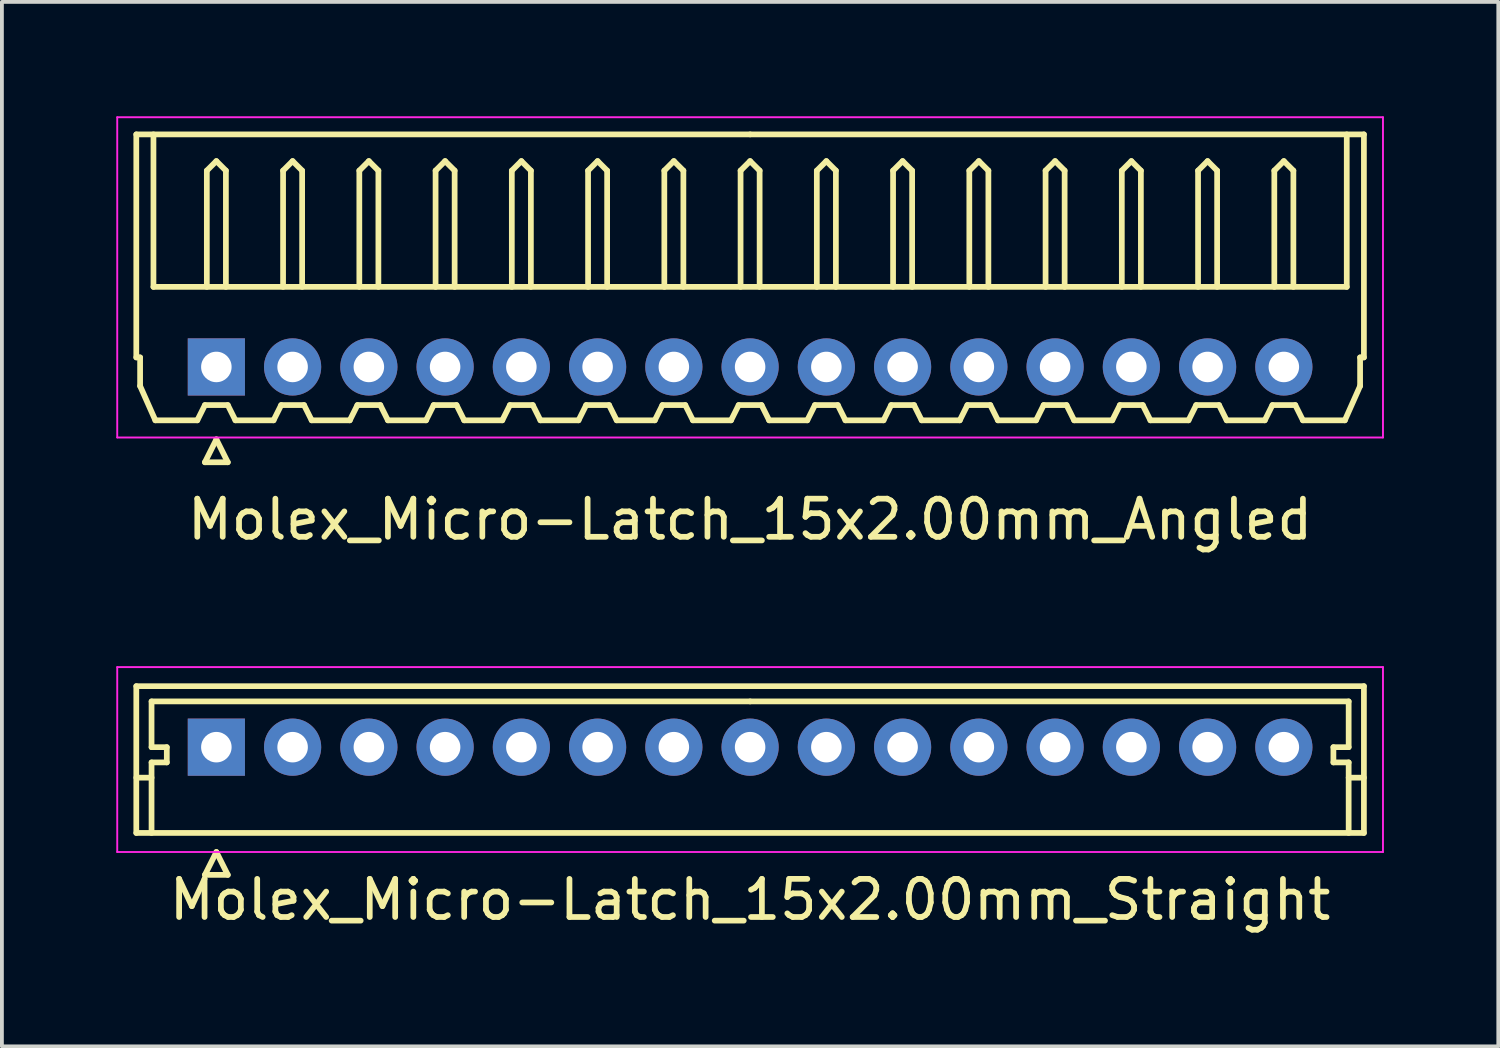
<source format=kicad_pcb>
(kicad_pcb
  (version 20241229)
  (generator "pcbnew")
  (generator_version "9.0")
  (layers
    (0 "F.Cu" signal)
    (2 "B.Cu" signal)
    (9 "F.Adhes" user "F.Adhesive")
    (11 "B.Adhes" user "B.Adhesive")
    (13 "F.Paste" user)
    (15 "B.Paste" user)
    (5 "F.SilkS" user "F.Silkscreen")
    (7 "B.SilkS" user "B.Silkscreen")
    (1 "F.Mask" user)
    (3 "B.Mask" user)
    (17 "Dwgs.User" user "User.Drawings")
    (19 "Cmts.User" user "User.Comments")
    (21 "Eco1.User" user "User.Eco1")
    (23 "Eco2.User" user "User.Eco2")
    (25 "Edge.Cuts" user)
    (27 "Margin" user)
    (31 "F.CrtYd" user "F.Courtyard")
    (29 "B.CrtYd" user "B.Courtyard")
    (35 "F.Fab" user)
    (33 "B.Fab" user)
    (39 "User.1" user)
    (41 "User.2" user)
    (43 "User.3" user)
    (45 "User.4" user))
  (footprint "Molex_Micro-Latch_15x2.00mm_Angled"
    (layer "F.Cu")
    (at 2.625 6.575)
    (property "Reference" "Molex_Micro-Latch_15x2.00mm_Angled" (at 14 4 0) (layer "F.SilkS") (effects (font (size 1 1) (thickness 0.15))))
    (attr through_hole)
    (fp_line (start -2.1 -6.1) (end 14 -6.1) (stroke (width 0.15) (type solid)) (layer "F.SilkS"))
    (fp_line (start -2.1 -0.25) (end -2.1 -6.1) (stroke (width 0.15) (type solid)) (layer "F.SilkS"))
    (fp_line (start -2 -0.25) (end -2.1 -0.25) (stroke (width 0.15) (type solid)) (layer "F.SilkS"))
    (fp_line (start -2 0.5) (end -2 -0.25) (stroke (width 0.15) (type solid)) (layer "F.SilkS"))
    (fp_line (start -1.65 -6.1) (end -1.65 -2.1) (stroke (width 0.15) (type solid)) (layer "F.SilkS"))
    (fp_line (start -1.65 -2.1) (end 29.65 -2.1) (stroke (width 0.15) (type solid)) (layer "F.SilkS"))
    (fp_line (start -1.6 1.4) (end -2 0.5) (stroke (width 0.15) (type solid)) (layer "F.SilkS"))
    (fp_line (start -0.5 1.4) (end -1.6 1.4) (stroke (width 0.15) (type solid)) (layer "F.SilkS"))
    (fp_line (start -0.3 1) (end -0.5 1.4) (stroke (width 0.15) (type solid)) (layer "F.SilkS"))
    (fp_line (start -0.3 1) (end 0.3 1) (stroke (width 0.15) (type solid)) (layer "F.SilkS"))
    (fp_line (start -0.3 2.5) (end 0.3 2.5) (stroke (width 0.15) (type solid)) (layer "F.SilkS"))
    (fp_line (start -0.25 -5.15) (end 0 -5.4) (stroke (width 0.15) (type solid)) (layer "F.SilkS"))
    (fp_line (start -0.25 -2.1) (end -0.25 -5.15) (stroke (width 0.15) (type solid)) (layer "F.SilkS"))
    (fp_line (start 0 -5.4) (end 0.25 -5.15) (stroke (width 0.15) (type solid)) (layer "F.SilkS"))
    (fp_line (start 0 1.9) (end -0.3 2.5) (stroke (width 0.15) (type solid)) (layer "F.SilkS"))
    (fp_line (start 0.25 -5.15) (end 0.25 -2.1) (stroke (width 0.15) (type solid)) (layer "F.SilkS"))
    (fp_line (start 0.3 1) (end 0.5 1.4) (stroke (width 0.15) (type solid)) (layer "F.SilkS"))
    (fp_line (start 0.3 2.5) (end 0 1.9) (stroke (width 0.15) (type solid)) (layer "F.SilkS"))
    (fp_line (start 0.5 1.4) (end 1.5 1.4) (stroke (width 0.15) (type solid)) (layer "F.SilkS"))
    (fp_line (start 1.5 1.4) (end 1.7 1) (stroke (width 0.15) (type solid)) (layer "F.SilkS"))
    (fp_line (start 1.7 1) (end 2.3 1) (stroke (width 0.15) (type solid)) (layer "F.SilkS"))
    (fp_line (start 1.75 -5.15) (end 2 -5.4) (stroke (width 0.15) (type solid)) (layer "F.SilkS"))
    (fp_line (start 1.75 -2.1) (end 1.75 -5.15) (stroke (width 0.15) (type solid)) (layer "F.SilkS"))
    (fp_line (start 2 -5.4) (end 2.25 -5.15) (stroke (width 0.15) (type solid)) (layer "F.SilkS"))
    (fp_line (start 2.25 -5.15) (end 2.25 -2.1) (stroke (width 0.15) (type solid)) (layer "F.SilkS"))
    (fp_line (start 2.3 1) (end 2.5 1.4) (stroke (width 0.15) (type solid)) (layer "F.SilkS"))
    (fp_line (start 2.5 1.4) (end 3.5 1.4) (stroke (width 0.15) (type solid)) (layer "F.SilkS"))
    (fp_line (start 3.5 1.4) (end 3.7 1) (stroke (width 0.15) (type solid)) (layer "F.SilkS"))
    (fp_line (start 3.7 1) (end 4.3 1) (stroke (width 0.15) (type solid)) (layer "F.SilkS"))
    (fp_line (start 3.75 -5.15) (end 4 -5.4) (stroke (width 0.15) (type solid)) (layer "F.SilkS"))
    (fp_line (start 3.75 -2.1) (end 3.75 -5.15) (stroke (width 0.15) (type solid)) (layer "F.SilkS"))
    (fp_line (start 4 -5.4) (end 4.25 -5.15) (stroke (width 0.15) (type solid)) (layer "F.SilkS"))
    (fp_line (start 4.25 -5.15) (end 4.25 -2.1) (stroke (width 0.15) (type solid)) (layer "F.SilkS"))
    (fp_line (start 4.3 1) (end 4.5 1.4) (stroke (width 0.15) (type solid)) (layer "F.SilkS"))
    (fp_line (start 4.5 1.4) (end 5.5 1.4) (stroke (width 0.15) (type solid)) (layer "F.SilkS"))
    (fp_line (start 5.5 1.4) (end 5.7 1) (stroke (width 0.15) (type solid)) (layer "F.SilkS"))
    (fp_line (start 5.7 1) (end 6.3 1) (stroke (width 0.15) (type solid)) (layer "F.SilkS"))
    (fp_line (start 5.75 -5.15) (end 6 -5.4) (stroke (width 0.15) (type solid)) (layer "F.SilkS"))
    (fp_line (start 5.75 -2.1) (end 5.75 -5.15) (stroke (width 0.15) (type solid)) (layer "F.SilkS"))
    (fp_line (start 6 -5.4) (end 6.25 -5.15) (stroke (width 0.15) (type solid)) (layer "F.SilkS"))
    (fp_line (start 6.25 -5.15) (end 6.25 -2.1) (stroke (width 0.15) (type solid)) (layer "F.SilkS"))
    (fp_line (start 6.3 1) (end 6.5 1.4) (stroke (width 0.15) (type solid)) (layer "F.SilkS"))
    (fp_line (start 6.5 1.4) (end 7.5 1.4) (stroke (width 0.15) (type solid)) (layer "F.SilkS"))
    (fp_line (start 7.5 1.4) (end 7.7 1) (stroke (width 0.15) (type solid)) (layer "F.SilkS"))
    (fp_line (start 7.7 1) (end 8.3 1) (stroke (width 0.15) (type solid)) (layer "F.SilkS"))
    (fp_line (start 7.75 -5.15) (end 8 -5.4) (stroke (width 0.15) (type solid)) (layer "F.SilkS"))
    (fp_line (start 7.75 -2.1) (end 7.75 -5.15) (stroke (width 0.15) (type solid)) (layer "F.SilkS"))
    (fp_line (start 8 -5.4) (end 8.25 -5.15) (stroke (width 0.15) (type solid)) (layer "F.SilkS"))
    (fp_line (start 8.25 -5.15) (end 8.25 -2.1) (stroke (width 0.15) (type solid)) (layer "F.SilkS"))
    (fp_line (start 8.3 1) (end 8.5 1.4) (stroke (width 0.15) (type solid)) (layer "F.SilkS"))
    (fp_line (start 8.5 1.4) (end 9.5 1.4) (stroke (width 0.15) (type solid)) (layer "F.SilkS"))
    (fp_line (start 9.5 1.4) (end 9.7 1) (stroke (width 0.15) (type solid)) (layer "F.SilkS"))
    (fp_line (start 9.7 1) (end 10.3 1) (stroke (width 0.15) (type solid)) (layer "F.SilkS"))
    (fp_line (start 9.75 -5.15) (end 10 -5.4) (stroke (width 0.15) (type solid)) (layer "F.SilkS"))
    (fp_line (start 9.75 -2.1) (end 9.75 -5.15) (stroke (width 0.15) (type solid)) (layer "F.SilkS"))
    (fp_line (start 10 -5.4) (end 10.25 -5.15) (stroke (width 0.15) (type solid)) (layer "F.SilkS"))
    (fp_line (start 10.25 -5.15) (end 10.25 -2.1) (stroke (width 0.15) (type solid)) (layer "F.SilkS"))
    (fp_line (start 10.3 1) (end 10.5 1.4) (stroke (width 0.15) (type solid)) (layer "F.SilkS"))
    (fp_line (start 10.5 1.4) (end 11.5 1.4) (stroke (width 0.15) (type solid)) (layer "F.SilkS"))
    (fp_line (start 11.5 1.4) (end 11.7 1) (stroke (width 0.15) (type solid)) (layer "F.SilkS"))
    (fp_line (start 11.7 1) (end 12.3 1) (stroke (width 0.15) (type solid)) (layer "F.SilkS"))
    (fp_line (start 11.75 -5.15) (end 12 -5.4) (stroke (width 0.15) (type solid)) (layer "F.SilkS"))
    (fp_line (start 11.75 -2.1) (end 11.75 -5.15) (stroke (width 0.15) (type solid)) (layer "F.SilkS"))
    (fp_line (start 12 -5.4) (end 12.25 -5.15) (stroke (width 0.15) (type solid)) (layer "F.SilkS"))
    (fp_line (start 12.25 -5.15) (end 12.25 -2.1) (stroke (width 0.15) (type solid)) (layer "F.SilkS"))
    (fp_line (start 12.3 1) (end 12.5 1.4) (stroke (width 0.15) (type solid)) (layer "F.SilkS"))
    (fp_line (start 12.5 1.4) (end 13.5 1.4) (stroke (width 0.15) (type solid)) (layer "F.SilkS"))
    (fp_line (start 13.5 1.4) (end 13.7 1) (stroke (width 0.15) (type solid)) (layer "F.SilkS"))
    (fp_line (start 13.7 1) (end 14.3 1) (stroke (width 0.15) (type solid)) (layer "F.SilkS"))
    (fp_line (start 13.75 -5.15) (end 14 -5.4) (stroke (width 0.15) (type solid)) (layer "F.SilkS"))
    (fp_line (start 13.75 -2.1) (end 13.75 -5.15) (stroke (width 0.15) (type solid)) (layer "F.SilkS"))
    (fp_line (start 14 -5.4) (end 14.25 -5.15) (stroke (width 0.15) (type solid)) (layer "F.SilkS"))
    (fp_line (start 14.25 -5.15) (end 14.25 -2.1) (stroke (width 0.15) (type solid)) (layer "F.SilkS"))
    (fp_line (start 14.3 1) (end 14.5 1.4) (stroke (width 0.15) (type solid)) (layer "F.SilkS"))
    (fp_line (start 14.5 1.4) (end 15.5 1.4) (stroke (width 0.15) (type solid)) (layer "F.SilkS"))
    (fp_line (start 15.5 1.4) (end 15.7 1) (stroke (width 0.15) (type solid)) (layer "F.SilkS"))
    (fp_line (start 15.7 1) (end 16.3 1) (stroke (width 0.15) (type solid)) (layer "F.SilkS"))
    (fp_line (start 15.75 -5.15) (end 16 -5.4) (stroke (width 0.15) (type solid)) (layer "F.SilkS"))
    (fp_line (start 15.75 -2.1) (end 15.75 -5.15) (stroke (width 0.15) (type solid)) (layer "F.SilkS"))
    (fp_line (start 16 -5.4) (end 16.25 -5.15) (stroke (width 0.15) (type solid)) (layer "F.SilkS"))
    (fp_line (start 16.25 -5.15) (end 16.25 -2.1) (stroke (width 0.15) (type solid)) (layer "F.SilkS"))
    (fp_line (start 16.3 1) (end 16.5 1.4) (stroke (width 0.15) (type solid)) (layer "F.SilkS"))
    (fp_line (start 16.5 1.4) (end 17.5 1.4) (stroke (width 0.15) (type solid)) (layer "F.SilkS"))
    (fp_line (start 17.5 1.4) (end 17.7 1) (stroke (width 0.15) (type solid)) (layer "F.SilkS"))
    (fp_line (start 17.7 1) (end 18.3 1) (stroke (width 0.15) (type solid)) (layer "F.SilkS"))
    (fp_line (start 17.75 -5.15) (end 18 -5.4) (stroke (width 0.15) (type solid)) (layer "F.SilkS"))
    (fp_line (start 17.75 -2.1) (end 17.75 -5.15) (stroke (width 0.15) (type solid)) (layer "F.SilkS"))
    (fp_line (start 18 -5.4) (end 18.25 -5.15) (stroke (width 0.15) (type solid)) (layer "F.SilkS"))
    (fp_line (start 18.25 -5.15) (end 18.25 -2.1) (stroke (width 0.15) (type solid)) (layer "F.SilkS"))
    (fp_line (start 18.3 1) (end 18.5 1.4) (stroke (width 0.15) (type solid)) (layer "F.SilkS"))
    (fp_line (start 18.5 1.4) (end 19.5 1.4) (stroke (width 0.15) (type solid)) (layer "F.SilkS"))
    (fp_line (start 19.5 1.4) (end 19.7 1) (stroke (width 0.15) (type solid)) (layer "F.SilkS"))
    (fp_line (start 19.7 1) (end 20.3 1) (stroke (width 0.15) (type solid)) (layer "F.SilkS"))
    (fp_line (start 19.75 -5.15) (end 20 -5.4) (stroke (width 0.15) (type solid)) (layer "F.SilkS"))
    (fp_line (start 19.75 -2.1) (end 19.75 -5.15) (stroke (width 0.15) (type solid)) (layer "F.SilkS"))
    (fp_line (start 20 -5.4) (end 20.25 -5.15) (stroke (width 0.15) (type solid)) (layer "F.SilkS"))
    (fp_line (start 20.25 -5.15) (end 20.25 -2.1) (stroke (width 0.15) (type solid)) (layer "F.SilkS"))
    (fp_line (start 20.3 1) (end 20.5 1.4) (stroke (width 0.15) (type solid)) (layer "F.SilkS"))
    (fp_line (start 20.5 1.4) (end 21.5 1.4) (stroke (width 0.15) (type solid)) (layer "F.SilkS"))
    (fp_line (start 21.5 1.4) (end 21.7 1) (stroke (width 0.15) (type solid)) (layer "F.SilkS"))
    (fp_line (start 21.7 1) (end 22.3 1) (stroke (width 0.15) (type solid)) (layer "F.SilkS"))
    (fp_line (start 21.75 -5.15) (end 22 -5.4) (stroke (width 0.15) (type solid)) (layer "F.SilkS"))
    (fp_line (start 21.75 -2.1) (end 21.75 -5.15) (stroke (width 0.15) (type solid)) (layer "F.SilkS"))
    (fp_line (start 22 -5.4) (end 22.25 -5.15) (stroke (width 0.15) (type solid)) (layer "F.SilkS"))
    (fp_line (start 22.25 -5.15) (end 22.25 -2.1) (stroke (width 0.15) (type solid)) (layer "F.SilkS"))
    (fp_line (start 22.3 1) (end 22.5 1.4) (stroke (width 0.15) (type solid)) (layer "F.SilkS"))
    (fp_line (start 22.5 1.4) (end 23.5 1.4) (stroke (width 0.15) (type solid)) (layer "F.SilkS"))
    (fp_line (start 23.5 1.4) (end 23.7 1) (stroke (width 0.15) (type solid)) (layer "F.SilkS"))
    (fp_line (start 23.7 1) (end 24.3 1) (stroke (width 0.15) (type solid)) (layer "F.SilkS"))
    (fp_line (start 23.75 -5.15) (end 24 -5.4) (stroke (width 0.15) (type solid)) (layer "F.SilkS"))
    (fp_line (start 23.75 -2.1) (end 23.75 -5.15) (stroke (width 0.15) (type solid)) (layer "F.SilkS"))
    (fp_line (start 24 -5.4) (end 24.25 -5.15) (stroke (width 0.15) (type solid)) (layer "F.SilkS"))
    (fp_line (start 24.25 -5.15) (end 24.25 -2.1) (stroke (width 0.15) (type solid)) (layer "F.SilkS"))
    (fp_line (start 24.3 1) (end 24.5 1.4) (stroke (width 0.15) (type solid)) (layer "F.SilkS"))
    (fp_line (start 24.5 1.4) (end 25.5 1.4) (stroke (width 0.15) (type solid)) (layer "F.SilkS"))
    (fp_line (start 25.5 1.4) (end 25.7 1) (stroke (width 0.15) (type solid)) (layer "F.SilkS"))
    (fp_line (start 25.7 1) (end 26.3 1) (stroke (width 0.15) (type solid)) (layer "F.SilkS"))
    (fp_line (start 25.75 -5.15) (end 26 -5.4) (stroke (width 0.15) (type solid)) (layer "F.SilkS"))
    (fp_line (start 25.75 -2.1) (end 25.75 -5.15) (stroke (width 0.15) (type solid)) (layer "F.SilkS"))
    (fp_line (start 26 -5.4) (end 26.25 -5.15) (stroke (width 0.15) (type solid)) (layer "F.SilkS"))
    (fp_line (start 26.25 -5.15) (end 26.25 -2.1) (stroke (width 0.15) (type solid)) (layer "F.SilkS"))
    (fp_line (start 26.3 1) (end 26.5 1.4) (stroke (width 0.15) (type solid)) (layer "F.SilkS"))
    (fp_line (start 26.5 1.4) (end 27.5 1.4) (stroke (width 0.15) (type solid)) (layer "F.SilkS"))
    (fp_line (start 27.5 1.4) (end 27.7 1) (stroke (width 0.15) (type solid)) (layer "F.SilkS"))
    (fp_line (start 27.7 1) (end 28.3 1) (stroke (width 0.15) (type solid)) (layer "F.SilkS"))
    (fp_line (start 27.75 -5.15) (end 28 -5.4) (stroke (width 0.15) (type solid)) (layer "F.SilkS"))
    (fp_line (start 27.75 -2.1) (end 27.75 -5.15) (stroke (width 0.15) (type solid)) (layer "F.SilkS"))
    (fp_line (start 28 -5.4) (end 28.25 -5.15) (stroke (width 0.15) (type solid)) (layer "F.SilkS"))
    (fp_line (start 28.25 -5.15) (end 28.25 -2.1) (stroke (width 0.15) (type solid)) (layer "F.SilkS"))
    (fp_line (start 28.3 1) (end 28.5 1.4) (stroke (width 0.15) (type solid)) (layer "F.SilkS"))
    (fp_line (start 28.5 1.4) (end 29.6 1.4) (stroke (width 0.15) (type solid)) (layer "F.SilkS"))
    (fp_line (start 29.6 1.4) (end 30 0.5) (stroke (width 0.15) (type solid)) (layer "F.SilkS"))
    (fp_line (start 29.65 -2.1) (end 29.65 -6.1) (stroke (width 0.15) (type solid)) (layer "F.SilkS"))
    (fp_line (start 30 -0.25) (end 30.1 -0.25) (stroke (width 0.15) (type solid)) (layer "F.SilkS"))
    (fp_line (start 30 0.5) (end 30 -0.25) (stroke (width 0.15) (type solid)) (layer "F.SilkS"))
    (fp_line (start 30.1 -6.1) (end 14 -6.1) (stroke (width 0.15) (type solid)) (layer "F.SilkS"))
    (fp_line (start 30.1 -0.25) (end 30.1 -6.1) (stroke (width 0.15) (type solid)) (layer "F.SilkS"))
    (fp_line (start -2.6 -6.55) (end -2.6 1.85) (stroke (width 0.05) (type solid)) (layer "F.CrtYd"))
    (fp_line (start -2.6 1.85) (end 30.6 1.85) (stroke (width 0.05) (type solid)) (layer "F.CrtYd"))
    (fp_line (start 30.6 -6.55) (end -2.6 -6.55) (stroke (width 0.05) (type solid)) (layer "F.CrtYd"))
    (fp_line (start 30.6 1.85) (end 30.6 -6.55) (stroke (width 0.05) (type solid)) (layer "F.CrtYd"))
    (pad "1" thru_hole rect (at 0 0) (size 1.5 1.5) (drill 0.8) (layers "*.Cu" "*.Mask"))
    (pad "2" thru_hole circle (at 2 0) (size 1.5 1.5) (drill 0.8) (layers "*.Cu" "*.Mask"))
    (pad "3" thru_hole circle (at 4 0) (size 1.5 1.5) (drill 0.8) (layers "*.Cu" "*.Mask"))
    (pad "4" thru_hole circle (at 6 0) (size 1.5 1.5) (drill 0.8) (layers "*.Cu" "*.Mask"))
    (pad "5" thru_hole circle (at 8 0) (size 1.5 1.5) (drill 0.8) (layers "*.Cu" "*.Mask"))
    (pad "6" thru_hole circle (at 10 0) (size 1.5 1.5) (drill 0.8) (layers "*.Cu" "*.Mask"))
    (pad "7" thru_hole circle (at 12 0) (size 1.5 1.5) (drill 0.8) (layers "*.Cu" "*.Mask"))
    (pad "8" thru_hole circle (at 14 0) (size 1.5 1.5) (drill 0.8) (layers "*.Cu" "*.Mask"))
    (pad "9" thru_hole circle (at 16 0) (size 1.5 1.5) (drill 0.8) (layers "*.Cu" "*.Mask"))
    (pad "10" thru_hole circle (at 18 0) (size 1.5 1.5) (drill 0.8) (layers "*.Cu" "*.Mask"))
    (pad "11" thru_hole circle (at 20 0) (size 1.5 1.5) (drill 0.8) (layers "*.Cu" "*.Mask"))
    (pad "12" thru_hole circle (at 22 0) (size 1.5 1.5) (drill 0.8) (layers "*.Cu" "*.Mask"))
    (pad "13" thru_hole circle (at 24 0) (size 1.5 1.5) (drill 0.8) (layers "*.Cu" "*.Mask"))
    (pad "14" thru_hole circle (at 26 0) (size 1.5 1.5) (drill 0.8) (layers "*.Cu" "*.Mask"))
    (pad "15" thru_hole circle (at 28 0) (size 1.5 1.5) (drill 0.8) (layers "*.Cu" "*.Mask")))
  (footprint "Molex_Micro-Latch_15x2.00mm_Straight"
    (layer "F.Cu")
    (at 2.625 16.548)
    (property "Reference" "Molex_Micro-Latch_15x2.00mm_Straight" (at 14 4 0) (layer "F.SilkS") (effects (font (size 1 1) (thickness 0.15))))
    (attr through_hole)
    (fp_line (start -2.1 -1.6) (end -2.1 2.25) (stroke (width 0.15) (type solid)) (layer "F.SilkS"))
    (fp_line (start -2.1 0.8) (end -1.7 0.8) (stroke (width 0.15) (type solid)) (layer "F.SilkS"))
    (fp_line (start -2.1 2.25) (end 30.1 2.25) (stroke (width 0.15) (type solid)) (layer "F.SilkS"))
    (fp_line (start -1.7 -1.2) (end -1.7 0) (stroke (width 0.15) (type solid)) (layer "F.SilkS"))
    (fp_line (start -1.7 0) (end -1.3 0) (stroke (width 0.15) (type solid)) (layer "F.SilkS"))
    (fp_line (start -1.7 0.4) (end -1.7 2.25) (stroke (width 0.15) (type solid)) (layer "F.SilkS"))
    (fp_line (start -1.3 0) (end -1.3 0.4) (stroke (width 0.15) (type solid)) (layer "F.SilkS"))
    (fp_line (start -1.3 0.4) (end -1.7 0.4) (stroke (width 0.15) (type solid)) (layer "F.SilkS"))
    (fp_line (start -0.3 3.35) (end 0.3 3.35) (stroke (width 0.15) (type solid)) (layer "F.SilkS"))
    (fp_line (start 0 2.75) (end -0.3 3.35) (stroke (width 0.15) (type solid)) (layer "F.SilkS"))
    (fp_line (start 0.3 3.35) (end 0 2.75) (stroke (width 0.15) (type solid)) (layer "F.SilkS"))
    (fp_line (start 14 -1.2) (end -1.7 -1.2) (stroke (width 0.15) (type solid)) (layer "F.SilkS"))
    (fp_line (start 14 -1.2) (end 29.7 -1.2) (stroke (width 0.15) (type solid)) (layer "F.SilkS"))
    (fp_line (start 29.3 0) (end 29.3 0.4) (stroke (width 0.15) (type solid)) (layer "F.SilkS"))
    (fp_line (start 29.3 0.4) (end 29.7 0.4) (stroke (width 0.15) (type solid)) (layer "F.SilkS"))
    (fp_line (start 29.7 -1.2) (end 29.7 0) (stroke (width 0.15) (type solid)) (layer "F.SilkS"))
    (fp_line (start 29.7 0) (end 29.3 0) (stroke (width 0.15) (type solid)) (layer "F.SilkS"))
    (fp_line (start 29.7 0.4) (end 29.7 2.25) (stroke (width 0.15) (type solid)) (layer "F.SilkS"))
    (fp_line (start 30.1 -1.6) (end -2.1 -1.6) (stroke (width 0.15) (type solid)) (layer "F.SilkS"))
    (fp_line (start 30.1 0.8) (end 29.7 0.8) (stroke (width 0.15) (type solid)) (layer "F.SilkS"))
    (fp_line (start 30.1 2.25) (end 30.1 -1.6) (stroke (width 0.15) (type solid)) (layer "F.SilkS"))
    (fp_line (start -2.6 -2.1) (end -2.6 2.75) (stroke (width 0.05) (type solid)) (layer "F.CrtYd"))
    (fp_line (start -2.6 2.75) (end 30.6 2.75) (stroke (width 0.05) (type solid)) (layer "F.CrtYd"))
    (fp_line (start 30.6 -2.1) (end -2.6 -2.1) (stroke (width 0.05) (type solid)) (layer "F.CrtYd"))
    (fp_line (start 30.6 2.75) (end 30.6 -2.1) (stroke (width 0.05) (type solid)) (layer "F.CrtYd"))
    (pad "1" thru_hole rect (at 0 0) (size 1.5 1.5) (drill 0.8) (layers "*.Cu" "*.Mask"))
    (pad "2" thru_hole circle (at 2 0) (size 1.5 1.5) (drill 0.8) (layers "*.Cu" "*.Mask"))
    (pad "3" thru_hole circle (at 4 0) (size 1.5 1.5) (drill 0.8) (layers "*.Cu" "*.Mask"))
    (pad "4" thru_hole circle (at 6 0) (size 1.5 1.5) (drill 0.8) (layers "*.Cu" "*.Mask"))
    (pad "5" thru_hole circle (at 8 0) (size 1.5 1.5) (drill 0.8) (layers "*.Cu" "*.Mask"))
    (pad "6" thru_hole circle (at 10 0) (size 1.5 1.5) (drill 0.8) (layers "*.Cu" "*.Mask"))
    (pad "7" thru_hole circle (at 12 0) (size 1.5 1.5) (drill 0.8) (layers "*.Cu" "*.Mask"))
    (pad "8" thru_hole circle (at 14 0) (size 1.5 1.5) (drill 0.8) (layers "*.Cu" "*.Mask"))
    (pad "9" thru_hole circle (at 16 0) (size 1.5 1.5) (drill 0.8) (layers "*.Cu" "*.Mask"))
    (pad "10" thru_hole circle (at 18 0) (size 1.5 1.5) (drill 0.8) (layers "*.Cu" "*.Mask"))
    (pad "11" thru_hole circle (at 20 0) (size 1.5 1.5) (drill 0.8) (layers "*.Cu" "*.Mask"))
    (pad "12" thru_hole circle (at 22 0) (size 1.5 1.5) (drill 0.8) (layers "*.Cu" "*.Mask"))
    (pad "13" thru_hole circle (at 24 0) (size 1.5 1.5) (drill 0.8) (layers "*.Cu" "*.Mask"))
    (pad "14" thru_hole circle (at 26 0) (size 1.5 1.5) (drill 0.8) (layers "*.Cu" "*.Mask"))
    (pad "15" thru_hole circle (at 28 0) (size 1.5 1.5) (drill 0.8) (layers "*.Cu" "*.Mask")))
  (gr_rect
    (start -3 -3)
    (end 36.25 24.396)
    (stroke (width 0.1) (type default))
    (fill no)
    (layer "Edge.Cuts")))
</source>
